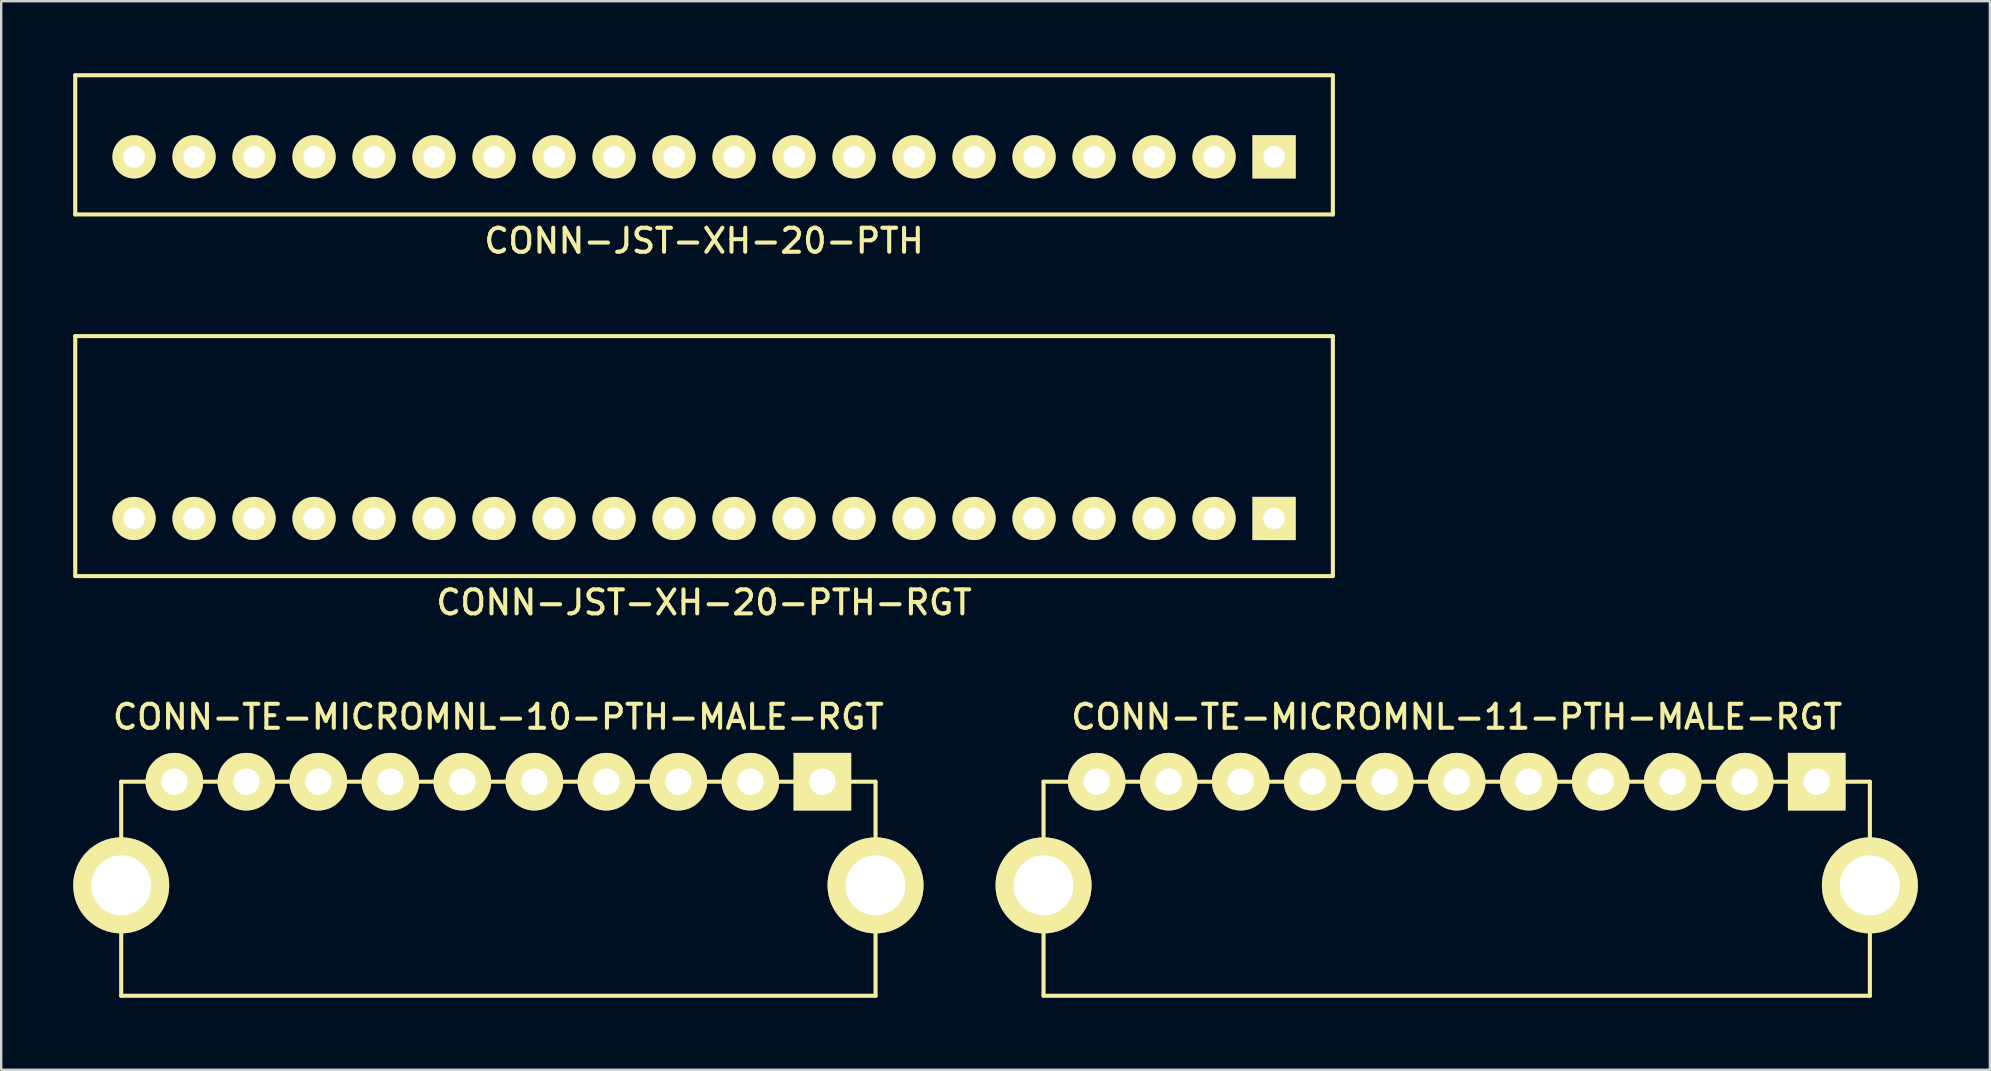
<source format=kicad_pcb>
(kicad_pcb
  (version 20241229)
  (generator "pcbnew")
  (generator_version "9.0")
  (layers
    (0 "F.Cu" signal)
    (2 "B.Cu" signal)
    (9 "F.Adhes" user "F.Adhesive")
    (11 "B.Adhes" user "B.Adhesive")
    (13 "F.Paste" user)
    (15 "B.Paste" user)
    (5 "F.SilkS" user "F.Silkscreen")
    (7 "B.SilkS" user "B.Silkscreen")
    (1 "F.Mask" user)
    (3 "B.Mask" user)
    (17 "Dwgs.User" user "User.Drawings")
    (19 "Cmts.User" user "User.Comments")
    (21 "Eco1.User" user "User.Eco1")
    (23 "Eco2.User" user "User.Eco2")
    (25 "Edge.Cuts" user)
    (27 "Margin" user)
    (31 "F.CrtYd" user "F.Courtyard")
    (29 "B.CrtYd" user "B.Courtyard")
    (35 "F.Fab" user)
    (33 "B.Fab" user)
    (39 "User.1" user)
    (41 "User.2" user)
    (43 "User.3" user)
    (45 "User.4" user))
  (footprint "CONN-JST-XH-20-PTH-RGT"
    (layer "F.Cu")
    (at 26.285 18.553)
    (property "Reference" "CONN-JST-XH-20-PTH-RGT" (at 0 3.5 0) (layer "F.SilkS") (effects (font (size 1 1) (thickness 0.17))))
    (attr through_hole)
    (fp_line (start -26.2 -7.6) (end 26.2 -7.6) (stroke (width 0.17) (type solid)) (layer "F.SilkS"))
    (fp_line (start -26.2 2.4) (end -26.2 -7.6) (stroke (width 0.17) (type solid)) (layer "F.SilkS"))
    (fp_line (start -26.2 2.4) (end 26.2 2.4) (stroke (width 0.17) (type solid)) (layer "F.SilkS"))
    (fp_line (start 26.2 2.4) (end 26.2 -7.6) (stroke (width 0.17) (type solid)) (layer "F.SilkS"))
    (pad "1" thru_hole rect (at 23.75 0) (size 1.8 1.8) (drill 0.9) (layers "*.Cu" "*.Mask" "F.SilkS"))
    (pad "2" thru_hole circle (at 21.25 0) (size 1.8 1.8) (drill 0.9) (layers "*.Cu" "*.Mask" "F.SilkS"))
    (pad "3" thru_hole circle (at 18.75 0) (size 1.8 1.8) (drill 0.9) (layers "*.Cu" "*.Mask" "F.SilkS"))
    (pad "4" thru_hole circle (at 16.25 0) (size 1.8 1.8) (drill 0.9) (layers "*.Cu" "*.Mask" "F.SilkS"))
    (pad "5" thru_hole circle (at 13.75 0) (size 1.8 1.8) (drill 0.9) (layers "*.Cu" "*.Mask" "F.SilkS"))
    (pad "6" thru_hole circle (at 11.25 0) (size 1.8 1.8) (drill 0.9) (layers "*.Cu" "*.Mask" "F.SilkS"))
    (pad "7" thru_hole circle (at 8.75 0) (size 1.8 1.8) (drill 0.9) (layers "*.Cu" "*.Mask" "F.SilkS"))
    (pad "8" thru_hole circle (at 6.25 0) (size 1.8 1.8) (drill 0.9) (layers "*.Cu" "*.Mask" "F.SilkS"))
    (pad "9" thru_hole circle (at 3.75 0) (size 1.8 1.8) (drill 0.9) (layers "*.Cu" "*.Mask" "F.SilkS"))
    (pad "10" thru_hole circle (at 1.25 0) (size 1.8 1.8) (drill 0.9) (layers "*.Cu" "*.Mask" "F.SilkS"))
    (pad "11" thru_hole circle (at -1.25 0) (size 1.8 1.8) (drill 0.9) (layers "*.Cu" "*.Mask" "F.SilkS"))
    (pad "12" thru_hole circle (at -3.75 0) (size 1.8 1.8) (drill 0.9) (layers "*.Cu" "*.Mask" "F.SilkS"))
    (pad "13" thru_hole circle (at -6.25 0) (size 1.8 1.8) (drill 0.9) (layers "*.Cu" "*.Mask" "F.SilkS"))
    (pad "14" thru_hole circle (at -8.75 0) (size 1.8 1.8) (drill 0.9) (layers "*.Cu" "*.Mask" "F.SilkS"))
    (pad "15" thru_hole circle (at -11.25 0) (size 1.8 1.8) (drill 0.9) (layers "*.Cu" "*.Mask" "F.SilkS"))
    (pad "16" thru_hole circle (at -13.75 0) (size 1.8 1.8) (drill 0.9) (layers "*.Cu" "*.Mask" "F.SilkS"))
    (pad "17" thru_hole circle (at -16.25 0) (size 1.8 1.8) (drill 0.9) (layers "*.Cu" "*.Mask" "F.SilkS"))
    (pad "18" thru_hole circle (at -18.75 0) (size 1.8 1.8) (drill 0.9) (layers "*.Cu" "*.Mask" "F.SilkS"))
    (pad "19" thru_hole circle (at -21.25 0) (size 1.8 1.8) (drill 0.9) (layers "*.Cu" "*.Mask" "F.SilkS"))
    (pad "20" thru_hole circle (at -23.75 0) (size 1.8 1.8) (drill 0.9) (layers "*.Cu" "*.Mask" "F.SilkS")))
  (footprint "CONN-TE-MICROMNL-10-PTH-MALE-RGT"
    (layer "F.Cu")
    (at 17.715 29.52)
    (property "Reference" "CONN-TE-MICROMNL-10-PTH-MALE-RGT" (at 0 -2.7 0) (layer "F.SilkS") (effects (font (size 1 1) (thickness 0.17))))
    (attr through_hole)
    (fp_line (start -15.715 0) (end 15.715 0) (stroke (width 0.17) (type solid)) (layer "F.SilkS"))
    (fp_line (start -15.715 8.92) (end -15.715 0) (stroke (width 0.17) (type solid)) (layer "F.SilkS"))
    (fp_line (start -15.715 8.92) (end 15.715 8.92) (stroke (width 0.17) (type solid)) (layer "F.SilkS"))
    (fp_line (start 15.715 8.92) (end 15.715 0) (stroke (width 0.17) (type solid)) (layer "F.SilkS"))
    (pad "1" thru_hole rect (at 13.5 0) (size 2.4 2.4) (drill 1.1) (layers "*.Cu" "*.Mask" "F.SilkS"))
    (pad "2" thru_hole circle (at 10.5 0) (size 2.4 2.4) (drill 1.1) (layers "*.Cu" "*.Mask" "F.SilkS"))
    (pad "3" thru_hole circle (at 7.5 0) (size 2.4 2.4) (drill 1.1) (layers "*.Cu" "*.Mask" "F.SilkS"))
    (pad "4" thru_hole circle (at 4.5 0) (size 2.4 2.4) (drill 1.1) (layers "*.Cu" "*.Mask" "F.SilkS"))
    (pad "5" thru_hole circle (at 1.5 0) (size 2.4 2.4) (drill 1.1) (layers "*.Cu" "*.Mask" "F.SilkS"))
    (pad "6" thru_hole circle (at -1.5 0) (size 2.4 2.4) (drill 1.1) (layers "*.Cu" "*.Mask" "F.SilkS"))
    (pad "7" thru_hole circle (at -4.5 0) (size 2.4 2.4) (drill 1.1) (layers "*.Cu" "*.Mask" "F.SilkS"))
    (pad "8" thru_hole circle (at -7.5 0) (size 2.4 2.4) (drill 1.1) (layers "*.Cu" "*.Mask" "F.SilkS"))
    (pad "9" thru_hole circle (at -10.5 0) (size 2.4 2.4) (drill 1.1) (layers "*.Cu" "*.Mask" "F.SilkS"))
    (pad "10" thru_hole circle (at -13.5 0) (size 2.4 2.4) (drill 1.1) (layers "*.Cu" "*.Mask" "F.SilkS"))
    (pad "M1" thru_hole circle (at 15.715 4.32) (size 4 4) (drill 2.5) (layers "*.Cu" "*.Mask" "F.SilkS"))
    (pad "M2" thru_hole circle (at -15.715 4.32) (size 4 4) (drill 2.5) (layers "*.Cu" "*.Mask" "F.SilkS")))
  (footprint "CONN-TE-MICROMNL-11-PTH-MALE-RGT"
    (layer "F.Cu")
    (at 57.645 29.52)
    (property "Reference" "CONN-TE-MICROMNL-11-PTH-MALE-RGT" (at 0 -2.7 0) (layer "F.SilkS") (effects (font (size 1 1) (thickness 0.17))))
    (attr through_hole)
    (fp_line (start -17.215 0) (end 17.215 0) (stroke (width 0.17) (type solid)) (layer "F.SilkS"))
    (fp_line (start -17.215 8.92) (end -17.215 0) (stroke (width 0.17) (type solid)) (layer "F.SilkS"))
    (fp_line (start -17.215 8.92) (end 17.215 8.92) (stroke (width 0.17) (type solid)) (layer "F.SilkS"))
    (fp_line (start 17.215 8.92) (end 17.215 0) (stroke (width 0.17) (type solid)) (layer "F.SilkS"))
    (pad "1" thru_hole rect (at 15 0) (size 2.4 2.4) (drill 1.1) (layers "*.Cu" "*.Mask" "F.SilkS"))
    (pad "2" thru_hole circle (at 12 0) (size 2.4 2.4) (drill 1.1) (layers "*.Cu" "*.Mask" "F.SilkS"))
    (pad "3" thru_hole circle (at 9 0) (size 2.4 2.4) (drill 1.1) (layers "*.Cu" "*.Mask" "F.SilkS"))
    (pad "4" thru_hole circle (at 6 0) (size 2.4 2.4) (drill 1.1) (layers "*.Cu" "*.Mask" "F.SilkS"))
    (pad "5" thru_hole circle (at 3 0) (size 2.4 2.4) (drill 1.1) (layers "*.Cu" "*.Mask" "F.SilkS"))
    (pad "6" thru_hole circle (at 0 0) (size 2.4 2.4) (drill 1.1) (layers "*.Cu" "*.Mask" "F.SilkS"))
    (pad "7" thru_hole circle (at -3 0) (size 2.4 2.4) (drill 1.1) (layers "*.Cu" "*.Mask" "F.SilkS"))
    (pad "8" thru_hole circle (at -6 0) (size 2.4 2.4) (drill 1.1) (layers "*.Cu" "*.Mask" "F.SilkS"))
    (pad "9" thru_hole circle (at -9 0) (size 2.4 2.4) (drill 1.1) (layers "*.Cu" "*.Mask" "F.SilkS"))
    (pad "10" thru_hole circle (at -12 0) (size 2.4 2.4) (drill 1.1) (layers "*.Cu" "*.Mask" "F.SilkS"))
    (pad "11" thru_hole circle (at -15 0) (size 2.4 2.4) (drill 1.1) (layers "*.Cu" "*.Mask" "F.SilkS"))
    (pad "M1" thru_hole circle (at 17.215 4.32) (size 4 4) (drill 2.5) (layers "*.Cu" "*.Mask" "F.SilkS"))
    (pad "M2" thru_hole circle (at -17.215 4.32) (size 4 4) (drill 2.5) (layers "*.Cu" "*.Mask" "F.SilkS")))
  (footprint "CONN-JST-XH-20-PTH"
    (layer "F.Cu")
    (at 26.285 3.485)
    (property "Reference" "CONN-JST-XH-20-PTH" (at 0 3.5 0) (layer "F.SilkS") (effects (font (size 1 1) (thickness 0.17))))
    (attr through_hole)
    (fp_line (start -26.2 -3.4) (end 26.2 -3.4) (stroke (width 0.17) (type solid)) (layer "F.SilkS"))
    (fp_line (start -26.2 2.4) (end -26.2 -3.4) (stroke (width 0.17) (type solid)) (layer "F.SilkS"))
    (fp_line (start -26.2 2.4) (end 26.2 2.4) (stroke (width 0.17) (type solid)) (layer "F.SilkS"))
    (fp_line (start 26.2 2.4) (end 26.2 -3.4) (stroke (width 0.17) (type solid)) (layer "F.SilkS"))
    (pad "1" thru_hole rect (at 23.75 0) (size 1.8 1.8) (drill 0.9) (layers "*.Cu" "*.Mask" "F.SilkS"))
    (pad "2" thru_hole circle (at 21.25 0) (size 1.8 1.8) (drill 0.9) (layers "*.Cu" "*.Mask" "F.SilkS"))
    (pad "3" thru_hole circle (at 18.75 0) (size 1.8 1.8) (drill 0.9) (layers "*.Cu" "*.Mask" "F.SilkS"))
    (pad "4" thru_hole circle (at 16.25 0) (size 1.8 1.8) (drill 0.9) (layers "*.Cu" "*.Mask" "F.SilkS"))
    (pad "5" thru_hole circle (at 13.75 0) (size 1.8 1.8) (drill 0.9) (layers "*.Cu" "*.Mask" "F.SilkS"))
    (pad "6" thru_hole circle (at 11.25 0) (size 1.8 1.8) (drill 0.9) (layers "*.Cu" "*.Mask" "F.SilkS"))
    (pad "7" thru_hole circle (at 8.75 0) (size 1.8 1.8) (drill 0.9) (layers "*.Cu" "*.Mask" "F.SilkS"))
    (pad "8" thru_hole circle (at 6.25 0) (size 1.8 1.8) (drill 0.9) (layers "*.Cu" "*.Mask" "F.SilkS"))
    (pad "9" thru_hole circle (at 3.75 0) (size 1.8 1.8) (drill 0.9) (layers "*.Cu" "*.Mask" "F.SilkS"))
    (pad "10" thru_hole circle (at 1.25 0) (size 1.8 1.8) (drill 0.9) (layers "*.Cu" "*.Mask" "F.SilkS"))
    (pad "11" thru_hole circle (at -1.25 0) (size 1.8 1.8) (drill 0.9) (layers "*.Cu" "*.Mask" "F.SilkS"))
    (pad "12" thru_hole circle (at -3.75 0) (size 1.8 1.8) (drill 0.9) (layers "*.Cu" "*.Mask" "F.SilkS"))
    (pad "13" thru_hole circle (at -6.25 0) (size 1.8 1.8) (drill 0.9) (layers "*.Cu" "*.Mask" "F.SilkS"))
    (pad "14" thru_hole circle (at -8.75 0) (size 1.8 1.8) (drill 0.9) (layers "*.Cu" "*.Mask" "F.SilkS"))
    (pad "15" thru_hole circle (at -11.25 0) (size 1.8 1.8) (drill 0.9) (layers "*.Cu" "*.Mask" "F.SilkS"))
    (pad "16" thru_hole circle (at -13.75 0) (size 1.8 1.8) (drill 0.9) (layers "*.Cu" "*.Mask" "F.SilkS"))
    (pad "17" thru_hole circle (at -16.25 0) (size 1.8 1.8) (drill 0.9) (layers "*.Cu" "*.Mask" "F.SilkS"))
    (pad "18" thru_hole circle (at -18.75 0) (size 1.8 1.8) (drill 0.9) (layers "*.Cu" "*.Mask" "F.SilkS"))
    (pad "19" thru_hole circle (at -21.25 0) (size 1.8 1.8) (drill 0.9) (layers "*.Cu" "*.Mask" "F.SilkS"))
    (pad "20" thru_hole circle (at -23.75 0) (size 1.8 1.8) (drill 0.9) (layers "*.Cu" "*.Mask" "F.SilkS")))
  (gr_rect
    (start -3 -3)
    (end 79.86 41.525)
    (stroke (width 0.1) (type default))
    (fill no)
    (layer "Edge.Cuts")))
</source>
